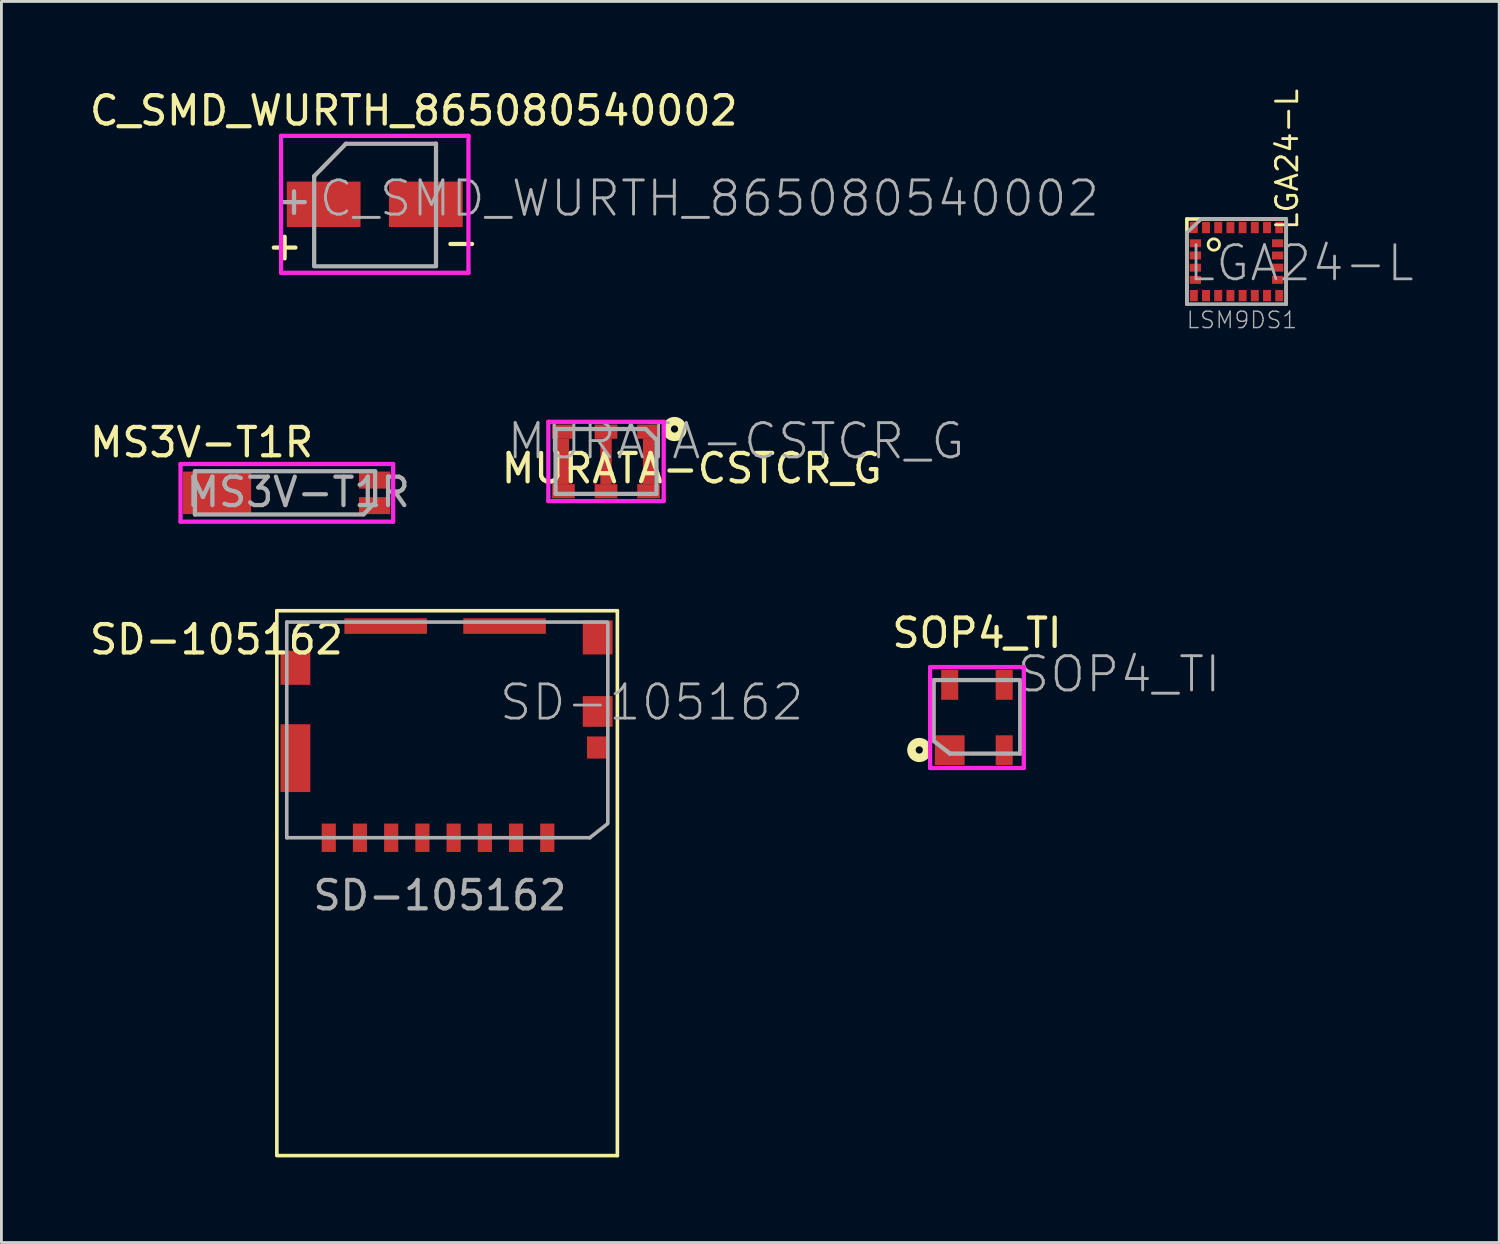
<source format=kicad_pcb>
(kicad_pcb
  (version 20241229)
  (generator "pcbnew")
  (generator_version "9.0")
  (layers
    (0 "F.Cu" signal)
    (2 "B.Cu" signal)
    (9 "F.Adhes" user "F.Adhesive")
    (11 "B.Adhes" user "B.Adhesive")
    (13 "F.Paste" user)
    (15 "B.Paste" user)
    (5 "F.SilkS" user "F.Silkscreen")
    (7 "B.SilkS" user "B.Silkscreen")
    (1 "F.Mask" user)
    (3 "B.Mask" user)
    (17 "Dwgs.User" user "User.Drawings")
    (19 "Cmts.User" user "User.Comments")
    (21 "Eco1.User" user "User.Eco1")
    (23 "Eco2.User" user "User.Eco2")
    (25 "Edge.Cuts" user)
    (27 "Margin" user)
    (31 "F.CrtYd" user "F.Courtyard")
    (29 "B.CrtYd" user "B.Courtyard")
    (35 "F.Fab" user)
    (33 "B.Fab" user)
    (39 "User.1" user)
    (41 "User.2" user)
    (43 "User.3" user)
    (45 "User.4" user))
  (footprint "C_SMD_WURTH_865080540002"
    (layer "F.Cu")
    (at 10.155 4.15)
    (property "Reference" "C_SMD_WURTH_865080540002" (at 1.375 -3.302 0) (layer "F.SilkS") (effects (font (size 1 1) (thickness 0.15))))
    (attr through_hole)
    (fp_line (start -3.175 1.143) (end -3.175 1.905) (stroke (width 0.15) (type solid)) (layer "F.SilkS"))
    (fp_line (start -2.794 1.524) (end -3.556 1.524) (stroke (width 0.15) (type solid)) (layer "F.SilkS"))
    (fp_line (start 3.429 1.397) (end 2.667 1.397) (stroke (width 0.15) (type solid)) (layer "F.SilkS"))
    (fp_line (start -3.302 -2.413) (end -3.302 2.413) (stroke (width 0.15) (type solid)) (layer "F.CrtYd"))
    (fp_line (start -3.302 2.413) (end 3.302 2.413) (stroke (width 0.15) (type solid)) (layer "F.CrtYd"))
    (fp_line (start 3.302 -2.413) (end -3.302 -2.413) (stroke (width 0.15) (type solid)) (layer "F.CrtYd"))
    (fp_line (start 3.302 2.413) (end 3.302 -2.413) (stroke (width 0.15) (type solid)) (layer "F.CrtYd"))
    (fp_line (start -2.134 -0.991) (end -1.016 -2.134) (stroke (width 0.15) (type solid)) (layer "F.Fab"))
    (fp_line (start -2.134 2.159) (end -2.134 -0.991) (stroke (width 0.15) (type solid)) (layer "F.Fab"))
    (fp_line (start -2.134 2.184) (end 2.159 2.184) (stroke (width 0.15) (type solid)) (layer "F.Fab"))
    (fp_line (start -1.016 -2.134) (end 2.159 -2.134) (stroke (width 0.15) (type solid)) (layer "F.Fab"))
    (fp_line (start 2.159 2.159) (end 2.159 -2.141) (stroke (width 0.15) (type solid)) (layer "F.Fab"))
    (fp_text user "+" (at -2.845 -0.152 0) (layer "F.Fab") (effects (font (size 1 1) (thickness 0.15))))
    (fp_text user "${REFERENCE}" (at -2.031 0.499 0) (layer "F.Fab") (effects (font (size 1.206 1.206) (thickness 0.102)) (justify left bottom)))
    (pad "1" smd rect (at -1.8 0) (size 2.6 1.6) (layers "F.Cu" "F.Mask" "F.Paste"))
    (pad "2" smd rect (at 1.8 0) (size 2.6 1.6) (layers "F.Cu" "F.Mask" "F.Paste")))
  (footprint "SD-105162"
    (layer "F.Cu")
    (at 12.705 26.471)
    (property "Reference" "SD-105162" (at 1.778 -4.064 0) (layer "F.Fab") (effects (font (size 1.206 1.206) (thickness 0.097)) (justify left bottom)))
    (property "Value" "SD-105162" (at 0 0 0) (layer "F.Fab") (hide yes) (effects (font (size 1.206 1.206) (thickness 0.097)) (justify left bottom)))
    (attr through_hole)
    (fp_line (start -6 -8) (end 6 -8) (stroke (width 0.127) (type solid)) (layer "F.SilkS"))
    (fp_line (start -6 11.176) (end -6 -8) (stroke (width 0.127) (type solid)) (layer "F.SilkS"))
    (fp_line (start 6 -8) (end 6 11.2) (stroke (width 0.127) (type solid)) (layer "F.SilkS"))
    (fp_line (start 6 11.2) (end -6 11.2) (stroke (width 0.127) (type solid)) (layer "F.SilkS"))
    (fp_line (start -5.65 -7.6) (end -5.65 0) (stroke (width 0.127) (type solid)) (layer "F.Fab"))
    (fp_line (start -5.65 0) (end 5.029 0) (stroke (width 0.127) (type solid)) (layer "F.Fab"))
    (fp_line (start 5.639 -0.483) (end 5.029 0) (stroke (width 0.127) (type solid)) (layer "F.Fab"))
    (fp_line (start 5.65 -7.6) (end -5.65 -7.6) (stroke (width 0.127) (type solid)) (layer "F.Fab"))
    (fp_line (start 5.664 -0.508) (end 5.664 -7.569) (stroke (width 0.127) (type solid)) (layer "F.Fab"))
    (fp_text user "${REFERENCE}" (at -8.128 -6.985 0) (layer "F.SilkS") (effects (font (size 1 1) (thickness 0.15))))
    (fp_text user "${VALUE}" (at -0.254 2.032 0) (layer "F.Fab") (effects (font (size 1 1) (thickness 0.15))))
    (pad "1" smd rect (at 3.53 0) (size 0.5 1) (layers "F.Cu" "F.Mask" "F.Paste"))
    (pad "2" smd rect (at 2.43 0) (size 0.5 1) (layers "F.Cu" "F.Mask" "F.Paste"))
    (pad "3" smd rect (at 1.33 0) (size 0.5 1) (layers "F.Cu" "F.Mask" "F.Paste"))
    (pad "4" smd rect (at 0.23 0) (size 0.5 1) (layers "F.Cu" "F.Mask" "F.Paste"))
    (pad "5" smd rect (at -0.87 0) (size 0.5 1) (layers "F.Cu" "F.Mask" "F.Paste"))
    (pad "6" smd rect (at -1.97 0) (size 0.5 1) (layers "F.Cu" "F.Mask" "F.Paste"))
    (pad "7" smd rect (at -3.07 0) (size 0.5 1) (layers "F.Cu" "F.Mask" "F.Paste"))
    (pad "8" smd rect (at -4.17 0) (size 0.5 1) (layers "F.Cu" "F.Mask" "F.Paste"))
    (pad "9" smd rect (at 5.29 -3.18) (size 0.72 0.78) (layers "F.Cu" "F.Mask" "F.Paste"))
    (pad "G1" smd rect (at 5.305 -4.45) (size 1.05 1.08) (layers "F.Cu" "F.Mask" "F.Paste"))
    (pad "G2" smd rect (at 5.305 -7.06) (size 1.05 1.2) (layers "F.Cu" "F.Mask" "F.Paste"))
    (pad "G3" smd rect (at -5.345 -5.99) (size 1.05 1.2) (layers "F.Cu" "F.Mask" "F.Paste"))
    (pad "G4" smd rect (at -5.345 -2.805) (size 1.05 2.39) (layers "F.Cu" "F.Mask" "F.Paste"))
    (pad "NC1" smd rect (at -2.165 -7.46) (size 2.91 0.55) (layers "F.Cu" "F.Mask" "F.Paste"))
    (pad "NC2" smd rect (at 2.025 -7.46) (size 2.91 0.55) (layers "F.Cu" "F.Mask" "F.Paste")))
  (footprint "SOP4_TI"
    (layer "F.Cu")
    (at 31.376 22.235)
    (property "Reference" "SOP4_TI" (at 0 -2.979 0) (layer "F.SilkS") (effects (font (size 1 1) (thickness 0.15))))
    (attr through_hole)
    (fp_circle (center -2.032 1.143) (end -1.905 1.143) (stroke (width 0.3) (type solid)) (fill no) (layer "F.SilkS"))
    (fp_line (start -1.651 -1.778) (end -1.651 1.778) (stroke (width 0.15) (type solid)) (layer "F.CrtYd"))
    (fp_line (start -1.651 1.778) (end 1.651 1.778) (stroke (width 0.15) (type solid)) (layer "F.CrtYd"))
    (fp_line (start 1.651 -1.778) (end -1.651 -1.778) (stroke (width 0.15) (type solid)) (layer "F.CrtYd"))
    (fp_line (start 1.651 1.778) (end 1.651 -1.778) (stroke (width 0.15) (type solid)) (layer "F.CrtYd"))
    (fp_line (start -1.524 -1.32) (end 1.516 -1.32) (stroke (width 0.15) (type solid)) (layer "F.Fab"))
    (fp_line (start -1.524 -1.27) (end -1.524 0.826) (stroke (width 0.15) (type solid)) (layer "F.Fab"))
    (fp_line (start -1.524 0.826) (end -0.953 1.27) (stroke (width 0.15) (type solid)) (layer "F.Fab"))
    (fp_line (start -0.953 1.27) (end 1.524 1.27) (stroke (width 0.15) (type solid)) (layer "F.Fab"))
    (fp_line (start 1.524 -1.27) (end 1.524 1.27) (stroke (width 0.15) (type solid)) (layer "F.Fab"))
    (fp_text user "${REFERENCE}" (at 1.35 -0.82 0) (layer "F.Fab") (effects (font (size 1.206 1.206) (thickness 0.102)) (justify left bottom)))
    (pad "1" smd rect (at -0.96 1.15) (size 1.05 1.05) (layers "F.Cu" "F.Mask" "F.Paste"))
    (pad "2" smd rect (at 0.96 1.15) (size 0.6 1.05) (layers "F.Cu" "F.Mask" "F.Paste"))
    (pad "3" smd rect (at 0.96 -1.15) (size 0.6 1.05) (layers "F.Cu" "F.Mask" "F.Paste"))
    (pad "4" smd rect (at -0.96 -1.15) (size 0.6 1.05) (layers "F.Cu" "F.Mask" "F.Paste")))
  (footprint "LGA24-L"
    (layer "F.Cu")
    (at 40.523 6.167)
    (property "Reference" "LGA24-L" (at -1.778 0.762 0) (layer "F.Fab") (effects (font (size 1.206 1.206) (thickness 0.097)) (justify left bottom)))
    (property "Value" "LSM9DS1" (at 0 0 0) (layer "F.SilkS") (hide yes) (effects (font (size 0.579 0.579) (thickness 0.046)) (justify left bottom)))
    (attr through_hole)
    (fp_line (start -1.75 -1.5) (end 1.75 -1.5) (stroke (width 0.127) (type solid)) (layer "F.SilkS"))
    (fp_line (start -1.75 1.5) (end -1.75 -1.5) (stroke (width 0.127) (type solid)) (layer "F.SilkS"))
    (fp_line (start 1.75 -1.5) (end 1.75 1.5) (stroke (width 0.127) (type solid)) (layer "F.SilkS"))
    (fp_circle (center -0.8 -0.6) (end -0.6 -0.6) (stroke (width 0.1) (type solid)) (fill no) (layer "F.SilkS"))
    (fp_line (start -1.753 -1.016) (end -1.245 -1.499) (stroke (width 0.127) (type solid)) (layer "F.Fab"))
    (fp_line (start -1.75 1.5) (end -1.753 -1.016) (stroke (width 0.127) (type solid)) (layer "F.Fab"))
    (fp_line (start -1.245 -1.499) (end 1.753 -1.499) (stroke (width 0.127) (type solid)) (layer "F.Fab"))
    (fp_line (start 1.75 1.5) (end -1.75 1.5) (stroke (width 0.127) (type solid)) (layer "F.Fab"))
    (fp_line (start 1.753 -1.499) (end 1.75 1.5) (stroke (width 0.127) (type solid)) (layer "F.Fab"))
    (fp_text user "${REFERENCE}" (at 2.22 -1.053 90) (layer "F.SilkS") (effects (font (size 0.75 0.75) (thickness 0.1)) (justify left bottom)))
    (fp_text user "${VALUE}" (at -1.8 2.4 0) (layer "F.Fab") (effects (font (size 0.579 0.579) (thickness 0.049)) (justify left bottom)))
    (pad "1" smd rect (at -1.505 -1.2) (size 0.28 0.4) (layers "F.Cu" "F.Mask" "F.Paste"))
    (pad "2" smd rect (at -1.45 -0.645) (size 0.4 0.28) (layers "F.Cu" "F.Mask" "F.Paste"))
    (pad "3" smd rect (at -1.45 -0.215) (size 0.4 0.28) (layers "F.Cu" "F.Mask" "F.Paste"))
    (pad "4" smd rect (at -1.45 0.215) (size 0.4 0.28) (layers "F.Cu" "F.Mask" "F.Paste"))
    (pad "5" smd rect (at -1.45 0.645) (size 0.4 0.28) (layers "F.Cu" "F.Mask" "F.Paste"))
    (pad "6" smd rect (at -1.505 1.2) (size 0.28 0.4) (layers "F.Cu" "F.Mask" "F.Paste"))
    (pad "7" smd rect (at -1.075 1.2) (size 0.28 0.4) (layers "F.Cu" "F.Mask" "F.Paste"))
    (pad "8" smd rect (at -0.645 1.2) (size 0.28 0.4) (layers "F.Cu" "F.Mask" "F.Paste"))
    (pad "9" smd rect (at -0.215 1.2) (size 0.28 0.4) (layers "F.Cu" "F.Mask" "F.Paste"))
    (pad "10" smd rect (at 0.215 1.2) (size 0.28 0.4) (layers "F.Cu" "F.Mask" "F.Paste"))
    (pad "11" smd rect (at 0.645 1.2) (size 0.28 0.4) (layers "F.Cu" "F.Mask" "F.Paste"))
    (pad "12" smd rect (at 1.075 1.2) (size 0.28 0.4) (layers "F.Cu" "F.Mask" "F.Paste"))
    (pad "13" smd rect (at 1.505 1.2) (size 0.28 0.4) (layers "F.Cu" "F.Mask" "F.Paste"))
    (pad "14" smd rect (at 1.45 0.645) (size 0.4 0.28) (layers "F.Cu" "F.Mask" "F.Paste"))
    (pad "15" smd rect (at 1.45 0.215) (size 0.4 0.28) (layers "F.Cu" "F.Mask" "F.Paste"))
    (pad "16" smd rect (at 1.45 -0.215) (size 0.4 0.28) (layers "F.Cu" "F.Mask" "F.Paste"))
    (pad "17" smd rect (at 1.45 -0.645) (size 0.4 0.28) (layers "F.Cu" "F.Mask" "F.Paste"))
    (pad "18" smd rect (at 1.505 -1.2) (size 0.28 0.4) (layers "F.Cu" "F.Mask" "F.Paste"))
    (pad "19" smd rect (at 1.075 -1.2) (size 0.28 0.4) (layers "F.Cu" "F.Mask" "F.Paste"))
    (pad "20" smd rect (at 0.645 -1.2) (size 0.28 0.4) (layers "F.Cu" "F.Mask" "F.Paste"))
    (pad "21" smd rect (at 0.215 -1.2) (size 0.28 0.4) (layers "F.Cu" "F.Mask" "F.Paste"))
    (pad "22" smd rect (at -0.215 -1.2) (size 0.28 0.4) (layers "F.Cu" "F.Mask" "F.Paste"))
    (pad "23" smd rect (at -0.645 -1.2) (size 0.28 0.4) (layers "F.Cu" "F.Mask" "F.Paste"))
    (pad "24" smd rect (at -1.075 -1.2) (size 0.28 0.4) (layers "F.Cu" "F.Mask" "F.Paste")))
  (footprint "MURATA-CSTCR_G"
    (layer "F.Cu")
    (at 18.305 13.211)
    (property "Reference" "MURATA-CSTCR_G" (at 3.021 0.245 0) (layer "F.SilkS") (effects (font (size 1 1) (thickness 0.15))))
    (attr through_hole)
    (fp_circle (center 2.413 -1.143) (end 2.54 -1.143) (stroke (width 0.3) (type solid)) (fill no) (layer "F.SilkS"))
    (fp_line (start -2.032 -1.397) (end 2.032 -1.397) (stroke (width 0.15) (type solid)) (layer "F.CrtYd"))
    (fp_line (start -2.032 1.397) (end -2.032 -1.397) (stroke (width 0.15) (type solid)) (layer "F.CrtYd"))
    (fp_line (start 2.032 -1.397) (end 2.032 1.397) (stroke (width 0.15) (type solid)) (layer "F.CrtYd"))
    (fp_line (start 2.032 1.397) (end -2.032 1.397) (stroke (width 0.15) (type solid)) (layer "F.CrtYd"))
    (fp_line (start -1.778 -1.143) (end -1.778 1.143) (stroke (width 0.15) (type solid)) (layer "F.Fab"))
    (fp_line (start -1.778 -1.143) (end 1.397 -1.143) (stroke (width 0.15) (type solid)) (layer "F.Fab"))
    (fp_line (start -1.778 1.143) (end 1.778 1.143) (stroke (width 0.15) (type solid)) (layer "F.Fab"))
    (fp_line (start 1.397 -1.143) (end 1.778 -0.762) (stroke (width 0.15) (type solid)) (layer "F.Fab"))
    (fp_line (start 1.778 -0.762) (end 1.778 1.143) (stroke (width 0.15) (type solid)) (layer "F.Fab"))
    (fp_text user "${REFERENCE}" (at -3.555 -0.009 0) (layer "F.Fab") (effects (font (size 1.206 1.206) (thickness 0.102)) (justify left bottom)))
    (pad "1" smd rect (at 1.5 -1.05) (size 0.8 0.5) (layers "F.Cu" "F.Mask" "F.Paste"))
    (pad "1" smd rect (at 1.5 0) (size 0.4 1.6) (layers "F.Cu" "F.Mask" "F.Paste"))
    (pad "1" smd rect (at 1.5 1.05) (size 0.8 0.5) (layers "F.Cu" "F.Mask" "F.Paste"))
    (pad "2" smd rect (at 0 -1.05) (size 0.8 0.5) (layers "F.Cu" "F.Mask" "F.Paste"))
    (pad "2" smd rect (at 0 0) (size 0.4 1.6) (layers "F.Cu" "F.Mask" "F.Paste"))
    (pad "2" smd rect (at 0 1.05) (size 0.8 0.5) (layers "F.Cu" "F.Mask" "F.Paste"))
    (pad "3" smd rect (at -1.5 -1.05) (size 0.8 0.5) (layers "F.Cu" "F.Mask" "F.Paste"))
    (pad "3" smd rect (at -1.5 0) (size 0.4 1.6) (layers "F.Cu" "F.Mask" "F.Paste"))
    (pad "3" smd rect (at -1.5 1.05) (size 0.8 0.5) (layers "F.Cu" "F.Mask" "F.Paste")))
  (footprint "MS3V-T1R"
    (layer "F.Cu")
    (at 7.375 14.317)
    (property "Reference" "MS3V-T1R" (at -3.321 -1.778 0) (layer "F.SilkS") (effects (font (size 1 1) (thickness 0.15))))
    (attr through_hole)
    (fp_line (start -4.064 -1.016) (end 3.429 -1.016) (stroke (width 0.15) (type solid)) (layer "F.CrtYd"))
    (fp_line (start -4.064 1.016) (end -4.064 -1.016) (stroke (width 0.15) (type solid)) (layer "F.CrtYd"))
    (fp_line (start 3.429 -1.016) (end 3.429 1.016) (stroke (width 0.15) (type solid)) (layer "F.CrtYd"))
    (fp_line (start 3.429 1.016) (end -4.064 1.016) (stroke (width 0.15) (type solid)) (layer "F.CrtYd"))
    (fp_line (start -3.556 -0.762) (end 2.794 -0.762) (stroke (width 0.15) (type solid)) (layer "F.Fab"))
    (fp_line (start -3.556 0.762) (end -3.556 -0.762) (stroke (width 0.15) (type solid)) (layer "F.Fab"))
    (fp_line (start 2.362 0.762) (end -3.556 0.762) (stroke (width 0.15) (type solid)) (layer "F.Fab"))
    (fp_line (start 2.388 0.762) (end 2.794 0.33) (stroke (width 0.15) (type solid)) (layer "F.Fab"))
    (fp_line (start 2.794 -0.762) (end 2.794 0.305) (stroke (width 0.15) (type solid)) (layer "F.Fab"))
    (fp_text user "${REFERENCE}" (at 0.083 -0.025 0) (layer "F.Fab") (effects (font (size 1 1) (thickness 0.15))))
    (pad "1" smd rect (at 2.775 0.45) (size 1.1 0.6) (layers "F.Cu" "F.Mask" "F.Paste"))
    (pad "2" smd rect (at 2.775 -0.45) (size 1.1 0.6) (layers "F.Cu" "F.Mask" "F.Paste"))
    (pad "3" smd rect (at -2.775 0) (size 2.4 1.5) (layers "F.Cu" "F.Mask" "F.Paste")))
  (gr_rect
    (start -3 -3)
    (end 49.779 40.735)
    (stroke (width 0.1) (type default))
    (fill no)
    (layer "Edge.Cuts")))
</source>
